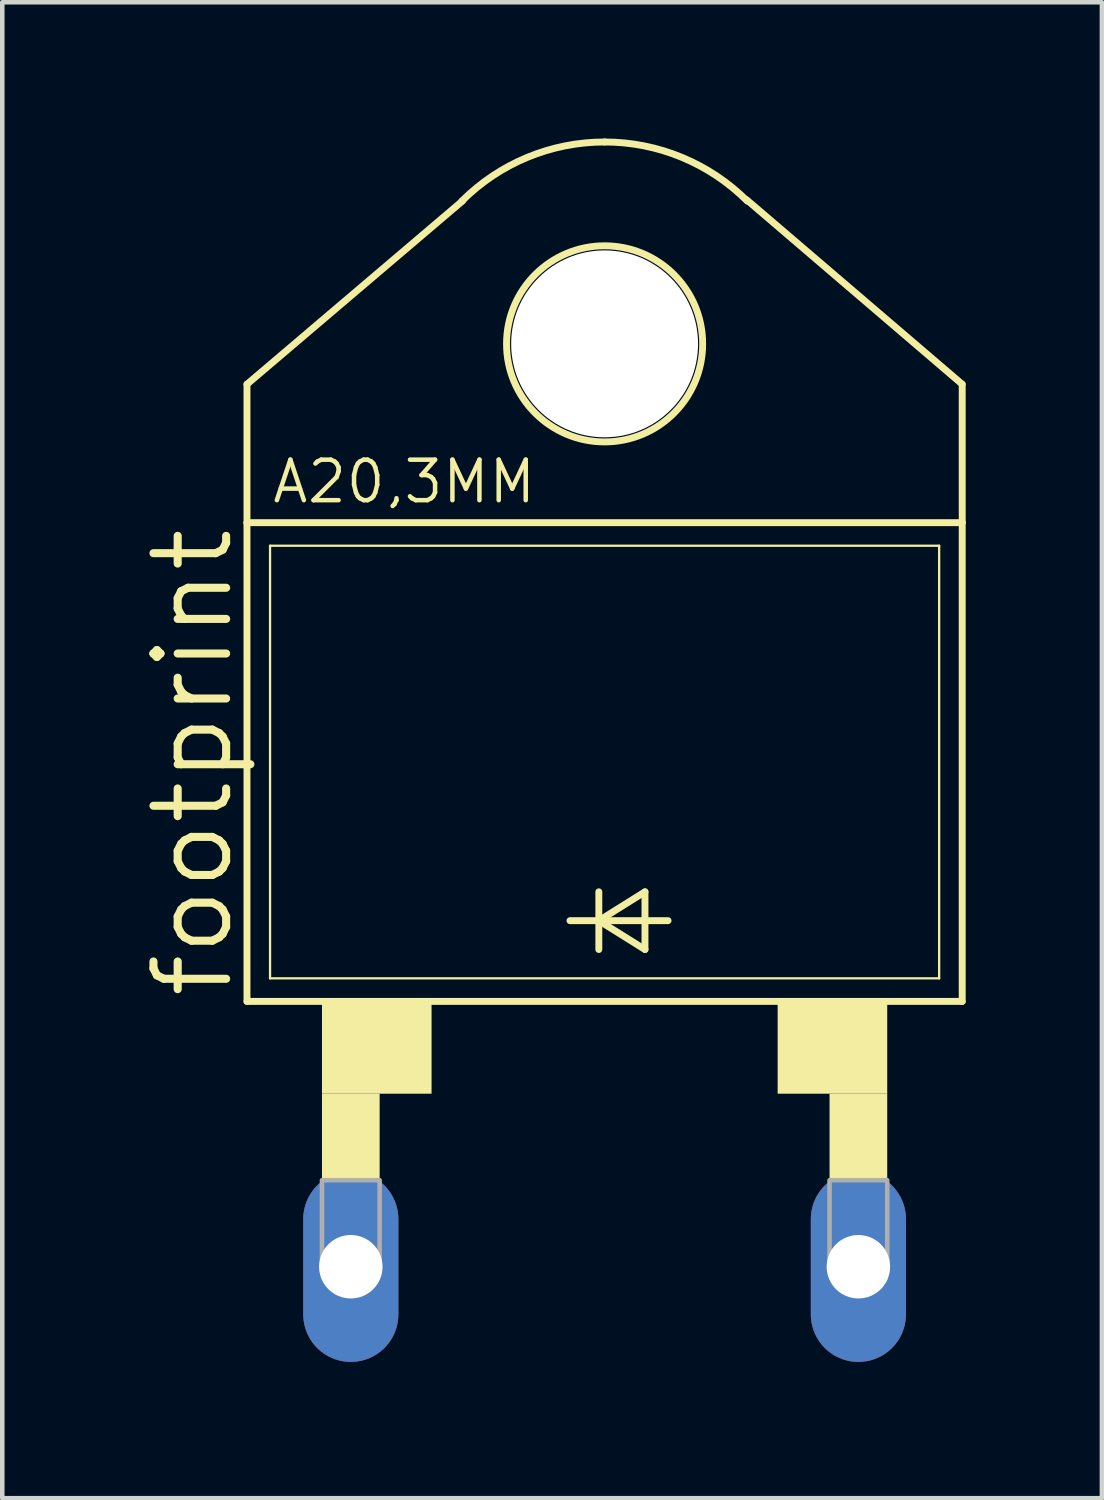
<source format=kicad_pcb>
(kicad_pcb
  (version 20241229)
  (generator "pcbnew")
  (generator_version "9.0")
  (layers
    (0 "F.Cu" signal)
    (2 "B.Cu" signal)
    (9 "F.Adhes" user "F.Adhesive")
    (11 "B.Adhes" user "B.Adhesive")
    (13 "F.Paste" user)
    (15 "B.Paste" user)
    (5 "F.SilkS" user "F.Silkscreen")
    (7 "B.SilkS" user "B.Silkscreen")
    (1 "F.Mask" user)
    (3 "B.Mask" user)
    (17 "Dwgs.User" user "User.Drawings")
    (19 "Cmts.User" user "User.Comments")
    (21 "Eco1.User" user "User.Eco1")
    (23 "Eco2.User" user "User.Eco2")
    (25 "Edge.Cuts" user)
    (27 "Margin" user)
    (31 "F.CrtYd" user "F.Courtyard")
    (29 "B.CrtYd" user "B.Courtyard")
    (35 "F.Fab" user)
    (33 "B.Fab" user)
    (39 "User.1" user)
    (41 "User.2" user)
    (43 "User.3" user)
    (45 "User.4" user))
  (footprint "footprint"
    (layer "F.Cu")
    (at 10.262 17.221)
    (property "Reference" "footprint" (at -8.128 1.778 90) (layer "F.SilkS") (effects (font (size 1.6 1.6) (thickness 0.178)) (justify left bottom)))
    (fp_line (start -7.874 -11.811) (end -3.124 -15.85) (stroke (width 0.152) (type solid)) (layer "F.SilkS"))
    (fp_line (start -7.874 -8.763) (end -7.874 -11.811) (stroke (width 0.152) (type solid)) (layer "F.SilkS"))
    (fp_line (start -7.874 1.778) (end -7.874 -8.763) (stroke (width 0.152) (type solid)) (layer "F.SilkS"))
    (fp_line (start -7.874 1.778) (end 7.874 1.778) (stroke (width 0.152) (type solid)) (layer "F.SilkS"))
    (fp_line (start -7.366 1.27) (end -7.366 -8.255) (stroke (width 0.051) (type solid)) (layer "F.SilkS"))
    (fp_line (start -7.366 1.27) (end 7.366 1.27) (stroke (width 0.051) (type solid)) (layer "F.SilkS"))
    (fp_line (start -0.762 0) (end -0.127 0) (stroke (width 0.152) (type solid)) (layer "F.SilkS"))
    (fp_line (start -0.127 -0.635) (end -0.127 0) (stroke (width 0.152) (type solid)) (layer "F.SilkS"))
    (fp_line (start -0.127 0) (end -0.127 0.635) (stroke (width 0.152) (type solid)) (layer "F.SilkS"))
    (fp_line (start -0.127 0) (end 0.889 -0.635) (stroke (width 0.152) (type solid)) (layer "F.SilkS"))
    (fp_line (start -0.127 0) (end 1.397 0) (stroke (width 0.152) (type solid)) (layer "F.SilkS"))
    (fp_line (start 0.889 -0.635) (end 0.889 0.635) (stroke (width 0.152) (type solid)) (layer "F.SilkS"))
    (fp_line (start 0.889 0.635) (end -0.127 0) (stroke (width 0.152) (type solid)) (layer "F.SilkS"))
    (fp_line (start 7.366 -8.255) (end -7.366 -8.255) (stroke (width 0.051) (type solid)) (layer "F.SilkS"))
    (fp_line (start 7.366 -8.255) (end 7.366 1.27) (stroke (width 0.051) (type solid)) (layer "F.SilkS"))
    (fp_line (start 7.874 -11.811) (end 3.124 -15.875) (stroke (width 0.152) (type solid)) (layer "F.SilkS"))
    (fp_line (start 7.874 -8.763) (end -7.874 -8.763) (stroke (width 0.152) (type solid)) (layer "F.SilkS"))
    (fp_line (start 7.874 -8.763) (end 7.874 -11.811) (stroke (width 0.152) (type solid)) (layer "F.SilkS"))
    (fp_line (start 7.874 -8.763) (end 7.874 1.778) (stroke (width 0.152) (type solid)) (layer "F.SilkS"))
    (fp_arc (start -3.1431 -15.8431) (mid -1.701032 -16.806652) (end 0.000001 -17.145) (stroke (width 0.1524) (type solid)) (layer "F.SilkS"))
    (fp_arc (start 0 -17.145) (mid 1.701032 -16.806651) (end 3.1431 -15.843099) (stroke (width 0.1524) (type solid)) (layer "F.SilkS"))
    (fp_circle (center 0 -12.7) (end 2.159 -12.7) (stroke (width 0.152) (type solid)) (fill no) (layer "F.SilkS"))
    (fp_poly (pts (xy -6.223 3.81) (xy -3.81 3.81) (xy -3.81 1.778) (xy -6.223 1.778)) (stroke (width 0) (type solid)) (fill yes) (layer "F.SilkS"))
    (fp_poly (pts (xy -6.223 5.715) (xy -4.953 5.715) (xy -4.953 3.81) (xy -6.223 3.81)) (stroke (width 0) (type solid)) (fill yes) (layer "F.SilkS"))
    (fp_poly (pts (xy 3.81 3.81) (xy 6.223 3.81) (xy 6.223 1.778) (xy 3.81 1.778)) (stroke (width 0) (type solid)) (fill yes) (layer "F.SilkS"))
    (fp_poly (pts (xy 4.953 5.715) (xy 6.223 5.715) (xy 6.223 3.81) (xy 4.953 3.81)) (stroke (width 0) (type solid)) (fill yes) (layer "F.SilkS"))
    (fp_poly (pts (xy -6.223 7.62) (xy -4.953 7.62) (xy -4.953 5.715) (xy -6.223 5.715)) (stroke (width 0.1) (type solid)) (fill no) (layer "F.Fab"))
    (fp_poly (pts (xy 4.953 7.62) (xy 6.223 7.62) (xy 6.223 5.715) (xy 4.953 5.715)) (stroke (width 0.1) (type solid)) (fill no) (layer "F.Fab"))
    (fp_text user "A20,3MM" (at -7.366 -9.144 0) (layer "F.SilkS") (effects (font (size 0.892 0.892) (thickness 0.099)) (justify left bottom)))
    (pad "" np_thru_hole circle (at 0 -12.7) (size 4.115 4.115) (drill 4.115) (layers "*.Cu" "*.Mask"))
    (pad "A" thru_hole oval (at 5.588 7.62 90) (size 4.191 2.095) (drill 1.397) (layers "*.Cu" "*.Mask"))
    (pad "C" thru_hole oval (at -5.588 7.62 90) (size 4.191 2.095) (drill 1.397) (layers "*.Cu" "*.Mask"))
    (zone (net_name "") (layers "F.Cu" "B.Cu") (hatch edge 0.508) (connect_pads) (min_thickness 0.254) (filled_areas_thickness no) (keepout (tracks allowed) (vias not_allowed) (pads allowed) (copperpour allowed) (footprints allowed)) (placement (enabled no)) (fill) (polygon (pts (xy 14.072 4.521) (xy 14.014 3.86) (xy 13.842 3.218) (xy 13.561 2.616) (xy 13.18 2.072) (xy 12.711 1.603) (xy 12.167 1.222) (xy 11.565 0.941) (xy 10.923 0.769) (xy 10.262 0.711) (xy 9.6 0.769) (xy 8.959 0.941) (xy 8.357 1.222) (xy 7.813 1.603) (xy 7.343 2.072) (xy 6.962 2.616) (xy 6.681 3.218) (xy 6.509 3.86) (xy 6.452 4.521) (xy 6.509 5.183) (xy 6.681 5.824) (xy 6.962 6.426) (xy 7.343 6.97) (xy 7.813 7.44) (xy 8.357 7.821) (xy 8.959 8.101) (xy 9.6 8.273) (xy 10.262 8.331) (xy 10.923 8.273) (xy 11.565 8.101) (xy 12.167 7.821) (xy 12.711 7.44) (xy 13.18 6.97) (xy 13.561 6.426) (xy 13.842 5.824) (xy 14.014 5.183))))
    (zone (net_name "") (layer "B.Cu") (hatch edge 0.508) (connect_pads) (min_thickness 0.254) (filled_areas_thickness no) (keepout (tracks not_allowed) (vias not_allowed) (pads not_allowed) (copperpour not_allowed) (footprints allowed)) (placement (enabled no)) (fill) (polygon (pts (xy 14.072 4.521) (xy 14.014 3.86) (xy 13.842 3.218) (xy 13.561 2.616) (xy 13.18 2.072) (xy 12.711 1.603) (xy 12.167 1.222) (xy 11.565 0.941) (xy 10.923 0.769) (xy 10.262 0.711) (xy 9.6 0.769) (xy 8.959 0.941) (xy 8.357 1.222) (xy 7.813 1.603) (xy 7.343 2.072) (xy 6.962 2.616) (xy 6.681 3.218) (xy 6.509 3.86) (xy 6.452 4.521) (xy 6.509 5.183) (xy 6.681 5.824) (xy 6.962 6.426) (xy 7.343 6.97) (xy 7.813 7.44) (xy 8.357 7.821) (xy 8.959 8.101) (xy 9.6 8.273) (xy 10.262 8.331) (xy 10.923 8.273) (xy 11.565 8.101) (xy 12.167 7.821) (xy 12.711 7.44) (xy 13.18 6.97) (xy 13.561 6.426) (xy 13.842 5.824) (xy 14.014 5.183)))))
  (gr_rect
    (start -3 -3)
    (end 21.212 29.937)
    (stroke (width 0.1) (type default))
    (fill no)
    (layer "Edge.Cuts")))
</source>
